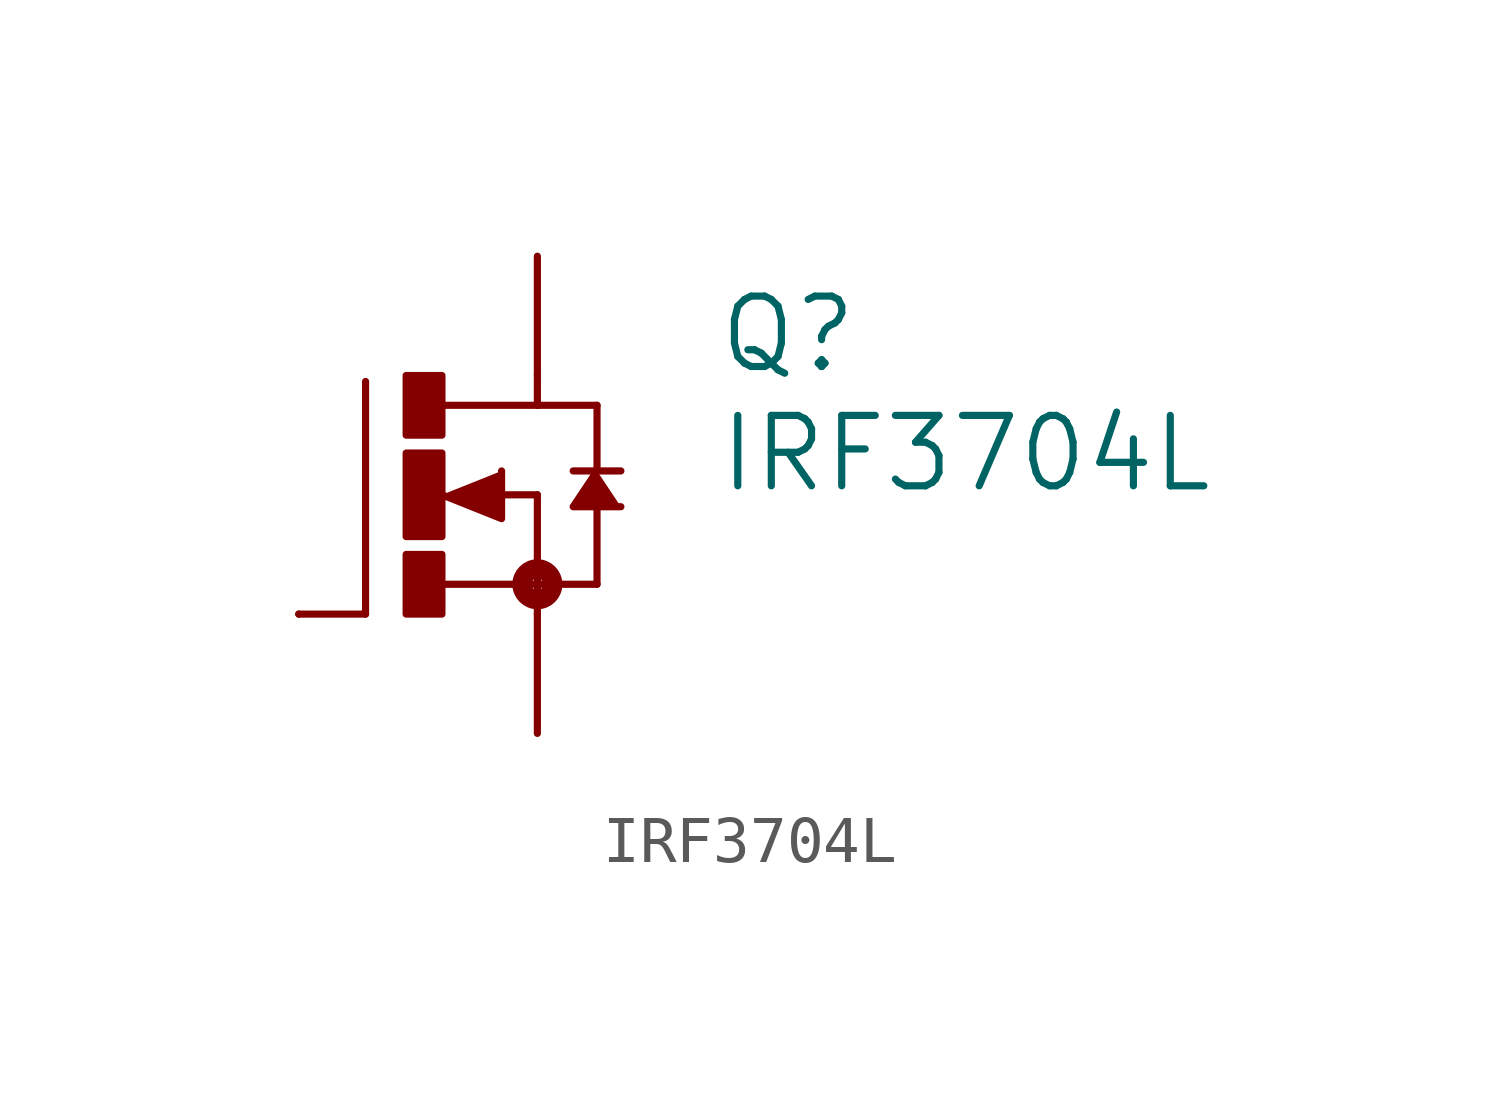
<source format=kicad_sym>
(kicad_symbol_lib
  (version 20211014)
  (generator kicad_symbol_editor)
  (symbol "IRF3704L"
    (pin_names
      (offset 1.016))
    (property "Reference" "Q"
      (at 6.35 2.54 0)
      (effects (font (size 1.499 1.499)) (justify left bottom)))
    (property "Value" "IRF3704L"
      (at 6.35 0 0)
      (effects (font (size 1.499 1.499)) (justify left bottom)))
    (property "ki_locked" ""
      (at 0 0 0)
      (effects (font (size 1.27 1.27))))
    (symbol "IRF3704L_1_0"
      (rectangle (start -0.254 -2.54) (end 0.508 -1.27) (stroke (width 0) (type default) (color 0 0 0 0)) (fill (type outline)))
      (rectangle (start -0.254 -0.889) (end 0.508 0.889) (stroke (width 0) (type default) (color 0 0 0 0)) (fill (type outline)))
      (rectangle (start -0.254 1.27) (end 0.508 2.54) (stroke (width 0) (type default) (color 0 0 0 0)) (fill (type outline)))
      (polyline (pts (xy -1.118 -2.54) (xy -2.54 -2.54)) (stroke (width 0) (type default) (color 0 0 0 0)) (fill (type none)))
      (polyline (pts (xy -1.118 2.413) (xy -1.118 -2.54)) (stroke (width 0) (type default) (color 0 0 0 0)) (fill (type none)))
      (polyline (pts (xy 0.508 -1.905) (xy 2.54 -1.905)) (stroke (width 0) (type default) (color 0 0 0 0)) (fill (type none)))
      (polyline (pts (xy 1.651 0) (xy 2.54 0)) (stroke (width 0) (type default) (color 0 0 0 0)) (fill (type none)))
      (polyline (pts (xy 2.54 -1.905) (xy 2.54 -2.54)) (stroke (width 0) (type default) (color 0 0 0 0)) (fill (type none)))
      (polyline (pts (xy 2.54 0) (xy 2.54 -1.905)) (stroke (width 0) (type default) (color 0 0 0 0)) (fill (type none)))
      (polyline (pts (xy 2.54 1.905) (xy 0.533 1.905)) (stroke (width 0) (type default) (color 0 0 0 0)) (fill (type none)))
      (polyline (pts (xy 2.54 2.54) (xy 2.54 1.905)) (stroke (width 0) (type default) (color 0 0 0 0)) (fill (type none)))
      (polyline (pts (xy 3.302 0.508) (xy 3.81 0.508)) (stroke (width 0) (type default) (color 0 0 0 0)) (fill (type none)))
      (polyline (pts (xy 3.81 -1.905) (xy 2.54 -1.905)) (stroke (width 0) (type default) (color 0 0 0 0)) (fill (type none)))
      (polyline (pts (xy 3.81 -1.905) (xy 3.81 -0.127)) (stroke (width 0) (type default) (color 0 0 0 0)) (fill (type none)))
      (polyline (pts (xy 3.81 0.508) (xy 3.81 1.905)) (stroke (width 0) (type default) (color 0 0 0 0)) (fill (type none)))
      (polyline (pts (xy 3.81 0.508) (xy 4.318 0.508)) (stroke (width 0) (type default) (color 0 0 0 0)) (fill (type none)))
      (polyline (pts (xy 3.81 1.905) (xy 2.54 1.905)) (stroke (width 0) (type default) (color 0 0 0 0)) (fill (type none)))
      (polyline (pts (xy 0.508 0) (xy 1.778 -0.508) (xy 1.778 0.508)) (stroke (width 0) (type default) (color 0 0 0 0)) (fill (type outline)))
      (polyline (pts (xy 3.81 0.508) (xy 3.302 -0.254) (xy 4.318 -0.254)) (stroke (width 0) (type default) (color 0 0 0 0)) (fill (type outline)))
      (circle (center 2.54 -1.905) (radius 0.127) (stroke (width 0.406) (type default) (color 0 0 0 0)) (fill (type none)))
      (pin passive line (at -2.54 -2.54 0) (length 0) (name "G" (effects (font (size 0 0)))) (number "1" (effects (font (size 0 0)))))
      (pin passive line (at 2.54 5.08 270) (length 2.54) (name "D" (effects (font (size 0 0)))) (number "2" (effects (font (size 0 0)))))
      (pin passive line (at 2.54 -5.08 90) (length 2.54) (name "S" (effects (font (size 0 0)))) (number "3" (effects (font (size 0 0))))))))
</source>
